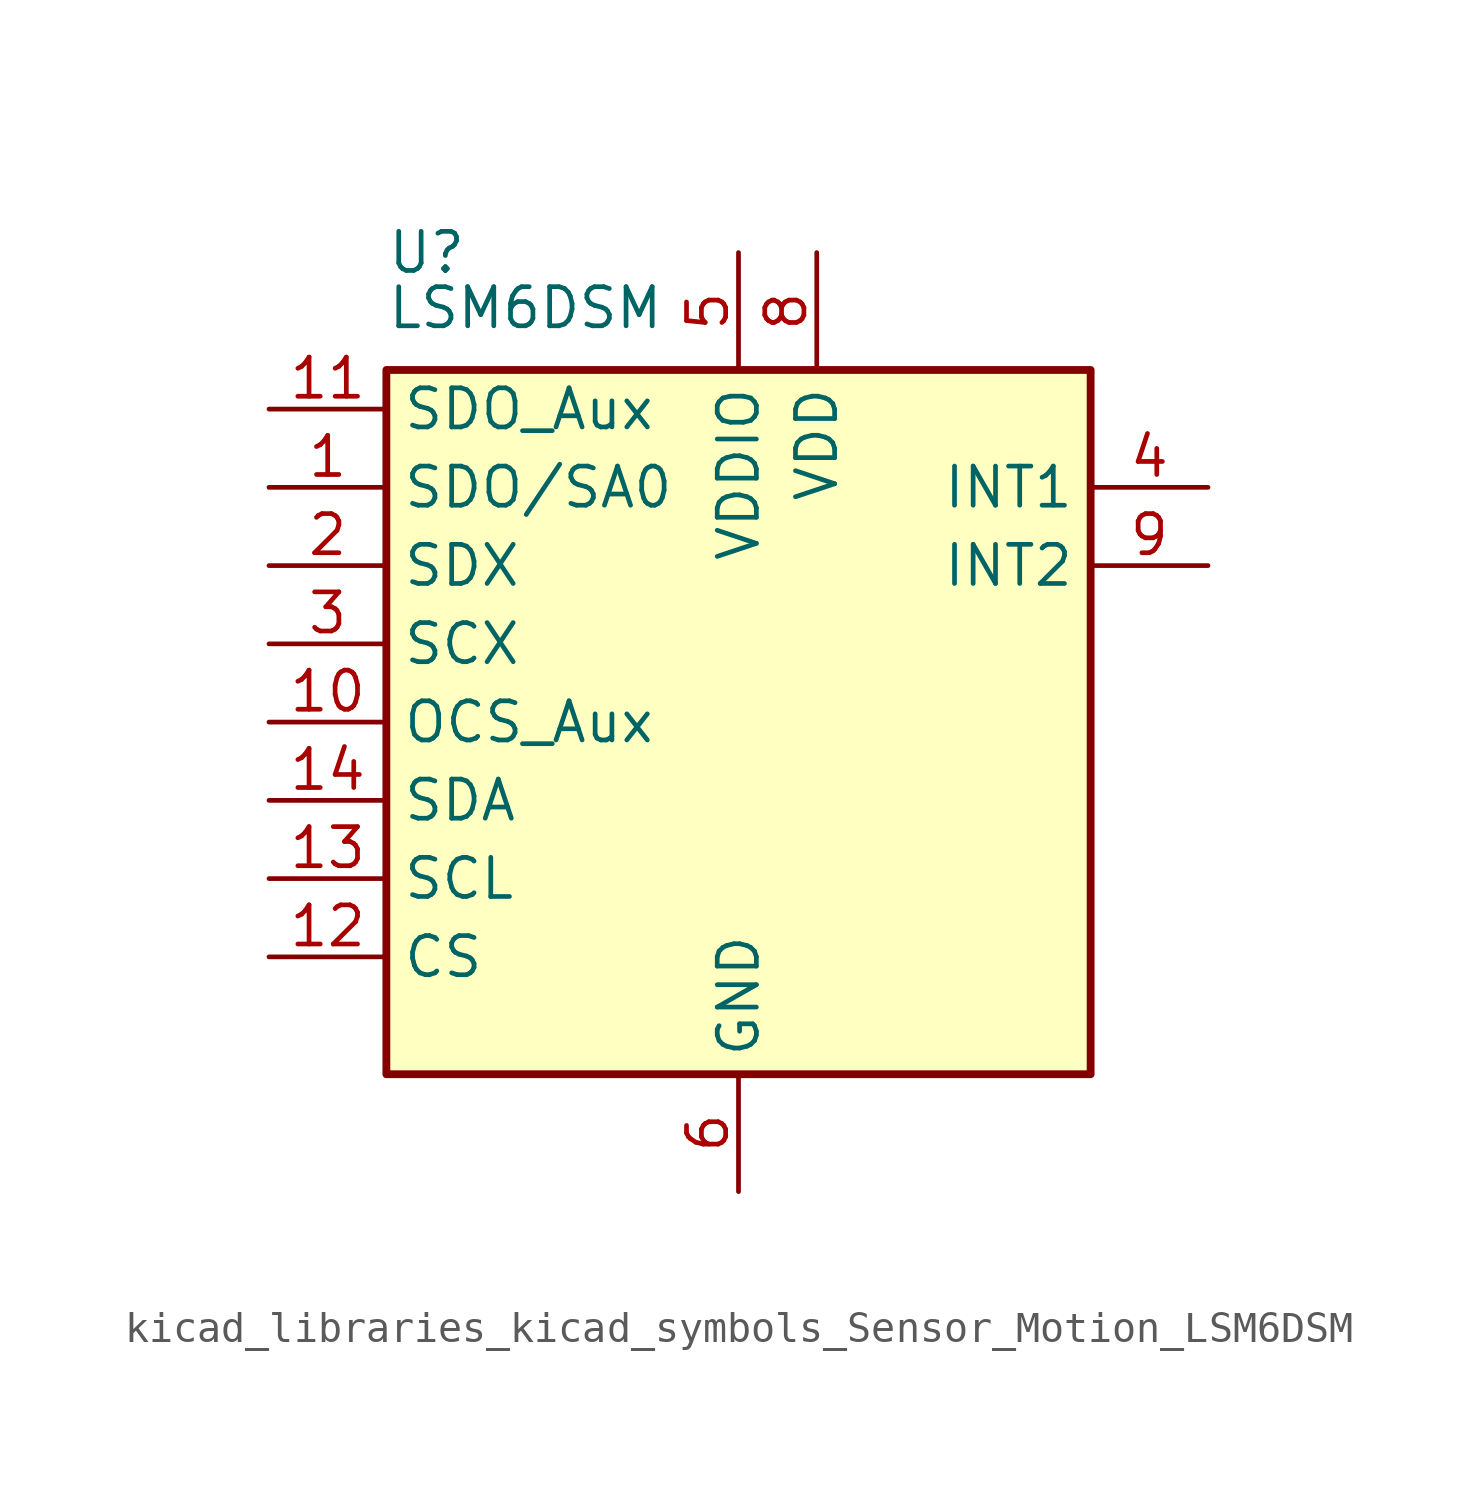
<source format=kicad_sym>
(kicad_symbol_lib
  (version 20220914)
  (generator kicad_symbol_editor)
  (symbol "kicad_libraries_kicad_symbols_Sensor_Motion_LSM6DSM"
    (property "Reference" "U"
      (at -11.43 15.24 0)
      (effects (font (size 1.27 1.27)) (justify left)))
    (property "Value" "LSM6DSM"
      (at -11.43 12.7 0)
      (effects (font (size 1.27 1.27)) (justify left bottom)))
    (symbol "kicad_libraries_kicad_symbols_Sensor_Motion_LSM6DSM_0_1"
      (rectangle (start 11.43 11.43) (end -11.43 -11.43) (stroke (width 0.254) (type default)) (fill (type background))))
    (symbol "kicad_libraries_kicad_symbols_Sensor_Motion_LSM6DSM_1_1"
      (pin bidirectional line (at -15.24 7.62 0) (length 3.81) (name "SDO/SA0" (effects (font (size 1.27 1.27)))) (number "1" (effects (font (size 1.27 1.27)))))
      (pin passive line (at -15.24 0 0) (length 3.81) (name "OCS_Aux" (effects (font (size 1.27 1.27)))) (number "10" (effects (font (size 1.27 1.27)))))
      (pin bidirectional line (at -15.24 10.16 0) (length 3.81) (name "SDO_Aux" (effects (font (size 1.27 1.27)))) (number "11" (effects (font (size 1.27 1.27)))))
      (pin input line (at -15.24 -7.62 0) (length 3.81) (name "CS" (effects (font (size 1.27 1.27)))) (number "12" (effects (font (size 1.27 1.27)))))
      (pin input line (at -15.24 -5.08 0) (length 3.81) (name "SCL" (effects (font (size 1.27 1.27)))) (number "13" (effects (font (size 1.27 1.27)))))
      (pin bidirectional line (at -15.24 -2.54 0) (length 3.81) (name "SDA" (effects (font (size 1.27 1.27)))) (number "14" (effects (font (size 1.27 1.27)))))
      (pin bidirectional line (at -15.24 5.08 0) (length 3.81) (name "SDX" (effects (font (size 1.27 1.27)))) (number "2" (effects (font (size 1.27 1.27)))))
      (pin input line (at -15.24 2.54 0) (length 3.81) (name "SCX" (effects (font (size 1.27 1.27)))) (number "3" (effects (font (size 1.27 1.27)))))
      (pin output line (at 15.24 7.62 180) (length 3.81) (name "INT1" (effects (font (size 1.27 1.27)))) (number "4" (effects (font (size 1.27 1.27)))))
      (pin power_in line (at 0 15.24 270) (length 3.81) (name "VDDIO" (effects (font (size 1.27 1.27)))) (number "5" (effects (font (size 1.27 1.27)))))
      (pin power_in line (at 0 -15.24 90) (length 3.81) (name "GND" (effects (font (size 1.27 1.27)))) (number "6" (effects (font (size 1.27 1.27)))))
      (pin passive line (at 0 -15.24 90) (length 3.81) hide (name "GND" (effects (font (size 1.27 1.27)))) (number "7" (effects (font (size 1.27 1.27)))))
      (pin power_in line (at 2.54 15.24 270) (length 3.81) (name "VDD" (effects (font (size 1.27 1.27)))) (number "8" (effects (font (size 1.27 1.27)))))
      (pin output line (at 15.24 5.08 180) (length 3.81) (name "INT2" (effects (font (size 1.27 1.27)))) (number "9" (effects (font (size 1.27 1.27))))))))
</source>
